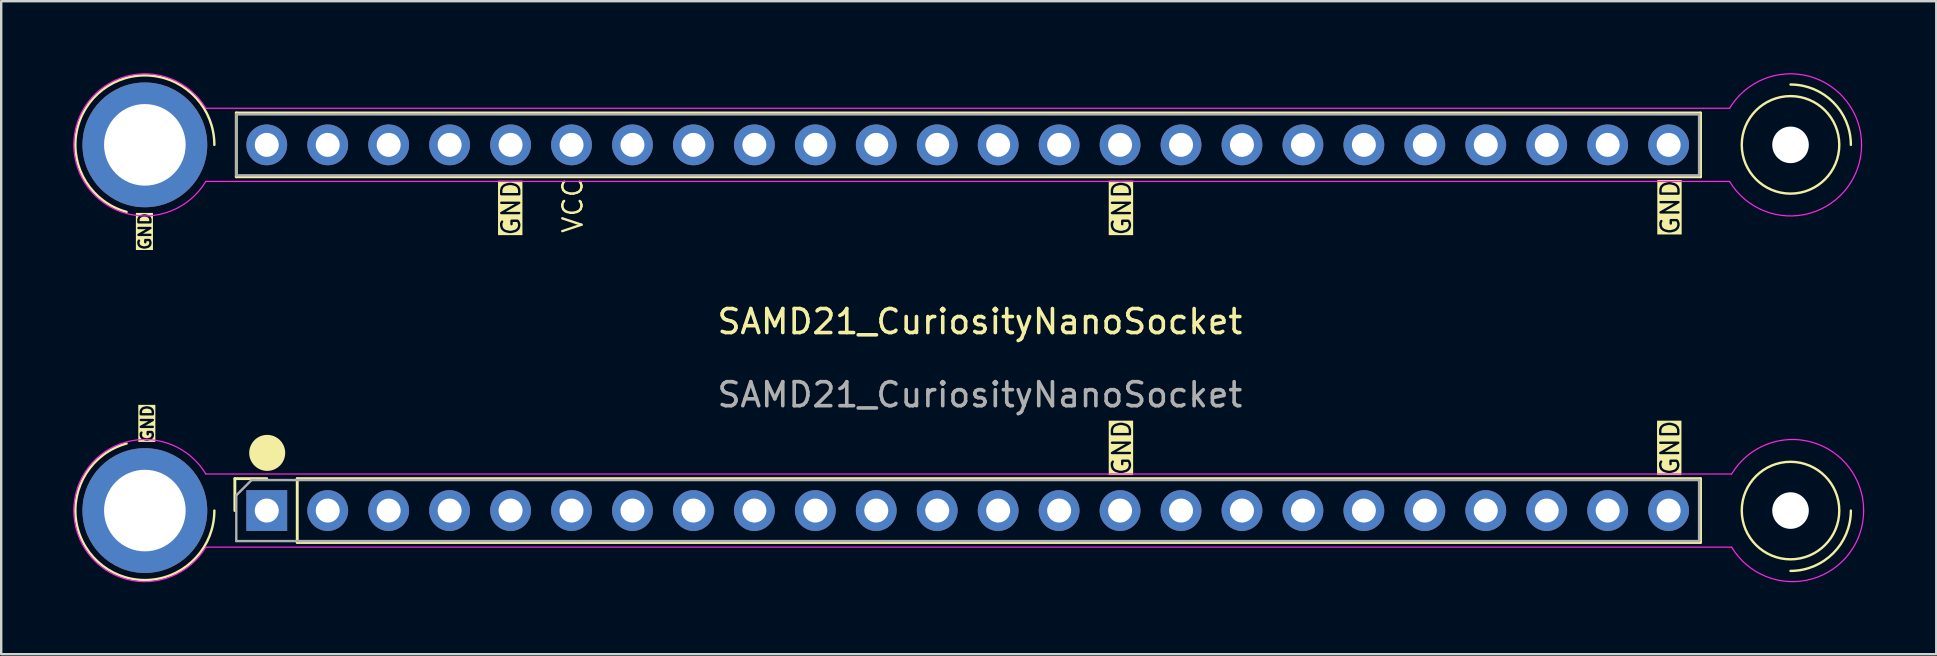
<source format=kicad_pcb>
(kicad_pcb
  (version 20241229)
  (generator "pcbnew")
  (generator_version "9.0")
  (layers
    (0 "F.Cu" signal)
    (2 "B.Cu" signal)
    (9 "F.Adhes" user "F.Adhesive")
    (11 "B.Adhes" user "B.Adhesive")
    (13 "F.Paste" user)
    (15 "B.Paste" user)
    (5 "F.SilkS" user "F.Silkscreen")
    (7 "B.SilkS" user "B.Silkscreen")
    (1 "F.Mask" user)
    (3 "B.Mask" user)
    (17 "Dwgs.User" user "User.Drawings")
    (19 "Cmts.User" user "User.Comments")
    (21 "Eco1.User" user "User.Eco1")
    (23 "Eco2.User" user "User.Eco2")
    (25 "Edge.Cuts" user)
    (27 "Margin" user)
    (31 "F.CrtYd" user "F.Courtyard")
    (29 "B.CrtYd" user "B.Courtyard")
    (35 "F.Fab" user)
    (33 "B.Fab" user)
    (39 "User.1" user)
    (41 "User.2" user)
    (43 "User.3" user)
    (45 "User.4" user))
  (footprint "SAMD21_CuriosityNanoSocket"
    (layer "F.Cu")
    (at 37.785 11.623)
    (property "Reference" "SAMD21_CuriosityNanoSocket" (at 0 -1.27 0) (layer "F.SilkS") (effects (font (size 1 1) (thickness 0.15))))
    (attr through_hole)
    (fp_line (start -31.048 5.274) (end -29.718 5.274) (stroke (width 0.12) (type solid)) (layer "F.SilkS"))
    (fp_line (start -31.048 6.604) (end -31.048 5.274) (stroke (width 0.12) (type solid)) (layer "F.SilkS"))
    (fp_line (start -30.988 -9.966) (end 30.032 -9.966) (stroke (width 0.12) (type solid)) (layer "F.SilkS"))
    (fp_line (start -30.988 -7.306) (end -30.988 -9.966) (stroke (width 0.12) (type solid)) (layer "F.SilkS"))
    (fp_line (start -30.988 -7.306) (end 30.032 -7.306) (stroke (width 0.12) (type solid)) (layer "F.SilkS"))
    (fp_line (start -28.448 5.274) (end 30.032 5.274) (stroke (width 0.12) (type solid)) (layer "F.SilkS"))
    (fp_line (start -28.448 7.934) (end -28.448 5.274) (stroke (width 0.12) (type solid)) (layer "F.SilkS"))
    (fp_line (start -28.448 7.934) (end 30.032 7.934) (stroke (width 0.12) (type solid)) (layer "F.SilkS"))
    (fp_line (start 30.032 -7.306) (end 30.032 -9.966) (stroke (width 0.12) (type solid)) (layer "F.SilkS"))
    (fp_line (start 30.032 7.934) (end 30.032 5.274) (stroke (width 0.12) (type solid)) (layer "F.SilkS"))
    (fp_arc (start -35.56 -5.842001) (mid -36.555881 -10.937506) (end -31.901955 -8.636) (stroke (width 0.1) (type default)) (layer "F.SilkS"))
    (fp_arc (start -31.901955 6.604001) (mid -36.555881 8.905507) (end -35.56 3.810002) (stroke (width 0.1) (type default)) (layer "F.SilkS"))
    (fp_arc (start 33.782 -11.150471) (mid 35.559999 -10.413999) (end 36.296471 -8.636) (stroke (width 0.1) (type default)) (layer "F.SilkS"))
    (fp_arc (start 36.296471 6.604) (mid 35.559999 8.381999) (end 33.782 9.118471) (stroke (width 0.1) (type default)) (layer "F.SilkS"))
    (fp_circle (center -29.7 4.2) (end -29 4.2) (stroke (width 0.1) (type solid)) (fill yes) (layer "F.SilkS"))
    (fp_circle (center 33.782 -8.636) (end 33.782 -10.668) (stroke (width 0.1) (type default)) (fill no) (layer "F.SilkS"))
    (fp_circle (center 33.782 6.604) (end 33.782 8.636) (stroke (width 0.1) (type default)) (fill no) (layer "F.SilkS"))
    (fp_line (start -32.258 -7.112) (end 31.242 -7.112) (stroke (width 0.05) (type default)) (layer "F.CrtYd"))
    (fp_line (start -32.258 5.08) (end 31.328 5.08) (stroke (width 0.05) (type default)) (layer "F.CrtYd"))
    (fp_line (start 31.242 -10.16) (end -32.258 -10.16) (stroke (width 0.05) (type default)) (layer "F.CrtYd"))
    (fp_line (start 31.328 8.128) (end -32.258 8.128) (stroke (width 0.05) (type default)) (layer "F.CrtYd"))
    (fp_arc (start -32.258 -7.112) (mid -37.760124 -8.636) (end -32.258 -10.16) (stroke (width 0.05) (type default)) (layer "F.CrtYd"))
    (fp_arc (start -32.258 8.128) (mid -37.760124 6.604) (end -32.258 5.08) (stroke (width 0.05) (type default)) (layer "F.CrtYd"))
    (fp_arc (start 31.242 -10.16) (mid 36.744124 -8.636) (end 31.242 -7.112) (stroke (width 0.05) (type default)) (layer "F.CrtYd"))
    (fp_arc (start 31.327876 5.08) (mid 36.83 6.604) (end 31.327876 8.128) (stroke (width 0.05) (type default)) (layer "F.CrtYd"))
    (fp_line (start -30.988 -9.906) (end 29.972 -9.906) (stroke (width 0.1) (type solid)) (layer "F.Fab"))
    (fp_line (start -30.988 -7.366) (end -30.988 -9.906) (stroke (width 0.1) (type solid)) (layer "F.Fab"))
    (fp_line (start -30.988 5.969) (end -30.353 5.334) (stroke (width 0.1) (type solid)) (layer "F.Fab"))
    (fp_line (start -30.988 7.874) (end -30.988 5.969) (stroke (width 0.1) (type solid)) (layer "F.Fab"))
    (fp_line (start -30.353 5.334) (end 29.972 5.334) (stroke (width 0.1) (type solid)) (layer "F.Fab"))
    (fp_line (start 29.972 -9.906) (end 29.972 -7.366) (stroke (width 0.1) (type solid)) (layer "F.Fab"))
    (fp_line (start 29.972 -7.366) (end -30.988 -7.366) (stroke (width 0.1) (type solid)) (layer "F.Fab"))
    (fp_line (start 29.972 5.334) (end 29.972 7.874) (stroke (width 0.1) (type solid)) (layer "F.Fab"))
    (fp_line (start 29.972 7.874) (end -30.988 7.874) (stroke (width 0.1) (type solid)) (layer "F.Fab"))
    (fp_text user "VCC" (at -16.5 -4.9 90) (unlocked yes) (layer "F.SilkS") (effects (font (size 0.8 0.8) (thickness 0.1)) (justify left bottom)))
    (fp_text user "GND" (at 29.21 -4.826 90) (unlocked yes) (layer "F.SilkS" knockout) (effects (font (size 0.75 0.75) (thickness 0.1)) (justify left bottom)))
    (fp_text user "GND" (at -34.5 -4.2 90) (unlocked yes) (layer "F.SilkS" knockout) (effects (font (size 0.5 0.5) (thickness 0.1)) (justify left bottom)))
    (fp_text user "GND" (at 29.2 5.2 90) (unlocked yes) (layer "F.SilkS" knockout) (effects (font (size 0.75 0.75) (thickness 0.1)) (justify left bottom)))
    (fp_text user "GND" (at 6.35 5.2 90) (unlocked yes) (layer "F.SilkS" knockout) (effects (font (size 0.75 0.75) (thickness 0.1)) (justify left bottom)))
    (fp_text user "GND" (at -19.1 -4.8 90) (unlocked yes) (layer "F.SilkS" knockout) (effects (font (size 0.75 0.75) (thickness 0.1)) (justify left bottom)))
    (fp_text user "GND" (at 6.35 -4.8 90) (unlocked yes) (layer "F.SilkS" knockout) (effects (font (size 0.75 0.75) (thickness 0.1)) (justify left bottom)))
    (fp_text user "GND" (at -34.4 3.8 90) (unlocked yes) (layer "F.SilkS" knockout) (effects (font (size 0.5 0.5) (thickness 0.1)) (justify left bottom)))
    (fp_text user "${REFERENCE}" (at 0 1.778 180) (layer "F.Fab") (effects (font (size 1 1) (thickness 0.15))))
    (pad "" thru_hole circle (at -34.798 -8.636 90) (size 5.2 5.2) (drill 3.4) (layers "*.Cu" "*.Mask"))
    (pad "" thru_hole circle (at -34.798 6.604 90) (size 5.2 5.2) (drill 3.4) (layers "*.Cu" "*.Mask"))
    (pad "" np_thru_hole circle (at 33.782 -8.636 90) (size 1.524 1.524) (drill 3.4) (layers "*.Cu" "*.Mask"))
    (pad "" np_thru_hole circle (at 33.782 6.604 90) (size 1.524 1.524) (drill 3.4) (layers "*.Cu" "*.Mask"))
    (pad "1" thru_hole rect (at -29.718 6.604 90) (size 1.7 1.7) (drill 1) (layers "*.Cu" "*.Mask"))
    (pad "2" thru_hole oval (at -27.178 6.604 90) (size 1.7 1.7) (drill 1) (layers "*.Cu" "*.Mask"))
    (pad "3" thru_hole oval (at -24.638 6.604 90) (size 1.7 1.7) (drill 1) (layers "*.Cu" "*.Mask"))
    (pad "4" thru_hole oval (at -22.098 6.604 90) (size 1.7 1.7) (drill 1) (layers "*.Cu" "*.Mask"))
    (pad "5" thru_hole oval (at -19.558 6.604 90) (size 1.7 1.7) (drill 1) (layers "*.Cu" "*.Mask"))
    (pad "6" thru_hole oval (at -17.018 6.604 90) (size 1.7 1.7) (drill 1) (layers "*.Cu" "*.Mask"))
    (pad "7" thru_hole oval (at -14.478 6.604 90) (size 1.7 1.7) (drill 1) (layers "*.Cu" "*.Mask"))
    (pad "8" thru_hole oval (at -11.938 6.604 90) (size 1.7 1.7) (drill 1) (layers "*.Cu" "*.Mask"))
    (pad "9" thru_hole oval (at -9.398 6.604 90) (size 1.7 1.7) (drill 1) (layers "*.Cu" "*.Mask"))
    (pad "10" thru_hole oval (at -6.858 6.604 90) (size 1.7 1.7) (drill 1) (layers "*.Cu" "*.Mask"))
    (pad "11" thru_hole oval (at -4.318 6.604 90) (size 1.7 1.7) (drill 1) (layers "*.Cu" "*.Mask"))
    (pad "12" thru_hole oval (at -1.778 6.604 90) (size 1.7 1.7) (drill 1) (layers "*.Cu" "*.Mask"))
    (pad "13" thru_hole oval (at 0.762 6.604 90) (size 1.7 1.7) (drill 1) (layers "*.Cu" "*.Mask"))
    (pad "14" thru_hole oval (at 3.302 6.604 90) (size 1.7 1.7) (drill 1) (layers "*.Cu" "*.Mask"))
    (pad "15" thru_hole oval (at 5.842 6.604 90) (size 1.7 1.7) (drill 1) (layers "*.Cu" "*.Mask"))
    (pad "16" thru_hole oval (at 8.382 6.604 90) (size 1.7 1.7) (drill 1) (layers "*.Cu" "*.Mask"))
    (pad "17" thru_hole oval (at 10.922 6.604 90) (size 1.7 1.7) (drill 1) (layers "*.Cu" "*.Mask"))
    (pad "18" thru_hole oval (at 13.462 6.604 90) (size 1.7 1.7) (drill 1) (layers "*.Cu" "*.Mask"))
    (pad "19" thru_hole oval (at 16.002 6.604 90) (size 1.7 1.7) (drill 1) (layers "*.Cu" "*.Mask"))
    (pad "20" thru_hole oval (at 18.542 6.604 90) (size 1.7 1.7) (drill 1) (layers "*.Cu" "*.Mask"))
    (pad "21" thru_hole oval (at 21.082 6.604 90) (size 1.7 1.7) (drill 1) (layers "*.Cu" "*.Mask"))
    (pad "22" thru_hole oval (at 23.622 6.604 90) (size 1.7 1.7) (drill 1) (layers "*.Cu" "*.Mask"))
    (pad "23" thru_hole oval (at 26.162 6.604 90) (size 1.7 1.7) (drill 1) (layers "*.Cu" "*.Mask"))
    (pad "24" thru_hole oval (at 28.702 6.604 90) (size 1.7 1.7) (drill 1) (layers "*.Cu" "*.Mask"))
    (pad "25" thru_hole oval (at 28.702 -8.636 90) (size 1.7 1.7) (drill 1) (layers "*.Cu" "*.Mask"))
    (pad "26" thru_hole oval (at 26.162 -8.636 90) (size 1.7 1.7) (drill 1) (layers "*.Cu" "*.Mask"))
    (pad "27" thru_hole oval (at 23.622 -8.636 90) (size 1.7 1.7) (drill 1) (layers "*.Cu" "*.Mask"))
    (pad "28" thru_hole oval (at 21.082 -8.636 90) (size 1.7 1.7) (drill 1) (layers "*.Cu" "*.Mask"))
    (pad "29" thru_hole oval (at 18.542 -8.636 90) (size 1.7 1.7) (drill 1) (layers "*.Cu" "*.Mask"))
    (pad "30" thru_hole oval (at 16.002 -8.636 90) (size 1.7 1.7) (drill 1) (layers "*.Cu" "*.Mask"))
    (pad "31" thru_hole oval (at 13.462 -8.636 90) (size 1.7 1.7) (drill 1) (layers "*.Cu" "*.Mask"))
    (pad "32" thru_hole oval (at 10.922 -8.636 90) (size 1.7 1.7) (drill 1) (layers "*.Cu" "*.Mask"))
    (pad "33" thru_hole oval (at 8.382 -8.636 90) (size 1.7 1.7) (drill 1) (layers "*.Cu" "*.Mask"))
    (pad "34" thru_hole oval (at 5.842 -8.636 90) (size 1.7 1.7) (drill 1) (layers "*.Cu" "*.Mask"))
    (pad "35" thru_hole oval (at 3.302 -8.636 90) (size 1.7 1.7) (drill 1) (layers "*.Cu" "*.Mask"))
    (pad "36" thru_hole oval (at 0.762 -8.636 90) (size 1.7 1.7) (drill 1) (layers "*.Cu" "*.Mask"))
    (pad "37" thru_hole oval (at -1.778 -8.636 90) (size 1.7 1.7) (drill 1) (layers "*.Cu" "*.Mask"))
    (pad "38" thru_hole oval (at -4.318 -8.636 90) (size 1.7 1.7) (drill 1) (layers "*.Cu" "*.Mask"))
    (pad "39" thru_hole oval (at -6.858 -8.636 90) (size 1.7 1.7) (drill 1) (layers "*.Cu" "*.Mask"))
    (pad "40" thru_hole oval (at -9.398 -8.636 90) (size 1.7 1.7) (drill 1) (layers "*.Cu" "*.Mask"))
    (pad "41" thru_hole oval (at -11.938 -8.636 90) (size 1.7 1.7) (drill 1) (layers "*.Cu" "*.Mask"))
    (pad "42" thru_hole oval (at -14.478 -8.636 90) (size 1.7 1.7) (drill 1) (layers "*.Cu" "*.Mask"))
    (pad "43" thru_hole oval (at -17.018 -8.636 90) (size 1.7 1.7) (drill 1) (layers "*.Cu" "*.Mask"))
    (pad "44" thru_hole oval (at -19.558 -8.636 90) (size 1.7 1.7) (drill 1) (layers "*.Cu" "*.Mask"))
    (pad "45" thru_hole oval (at -22.098 -8.636 90) (size 1.7 1.7) (drill 1) (layers "*.Cu" "*.Mask"))
    (pad "46" thru_hole oval (at -24.638 -8.636 90) (size 1.7 1.7) (drill 1) (layers "*.Cu" "*.Mask"))
    (pad "47" thru_hole oval (at -27.178 -8.636 90) (size 1.7 1.7) (drill 1) (layers "*.Cu" "*.Mask"))
    (pad "48" thru_hole circle (at -29.718 -8.636 90) (size 1.7 1.7) (drill 1) (layers "*.Cu" "*.Mask")))
  (gr_rect
    (start -3 -3)
    (end 77.64 24.214)
    (stroke (width 0.1) (type default))
    (fill no)
    (layer "Edge.Cuts")))
</source>
